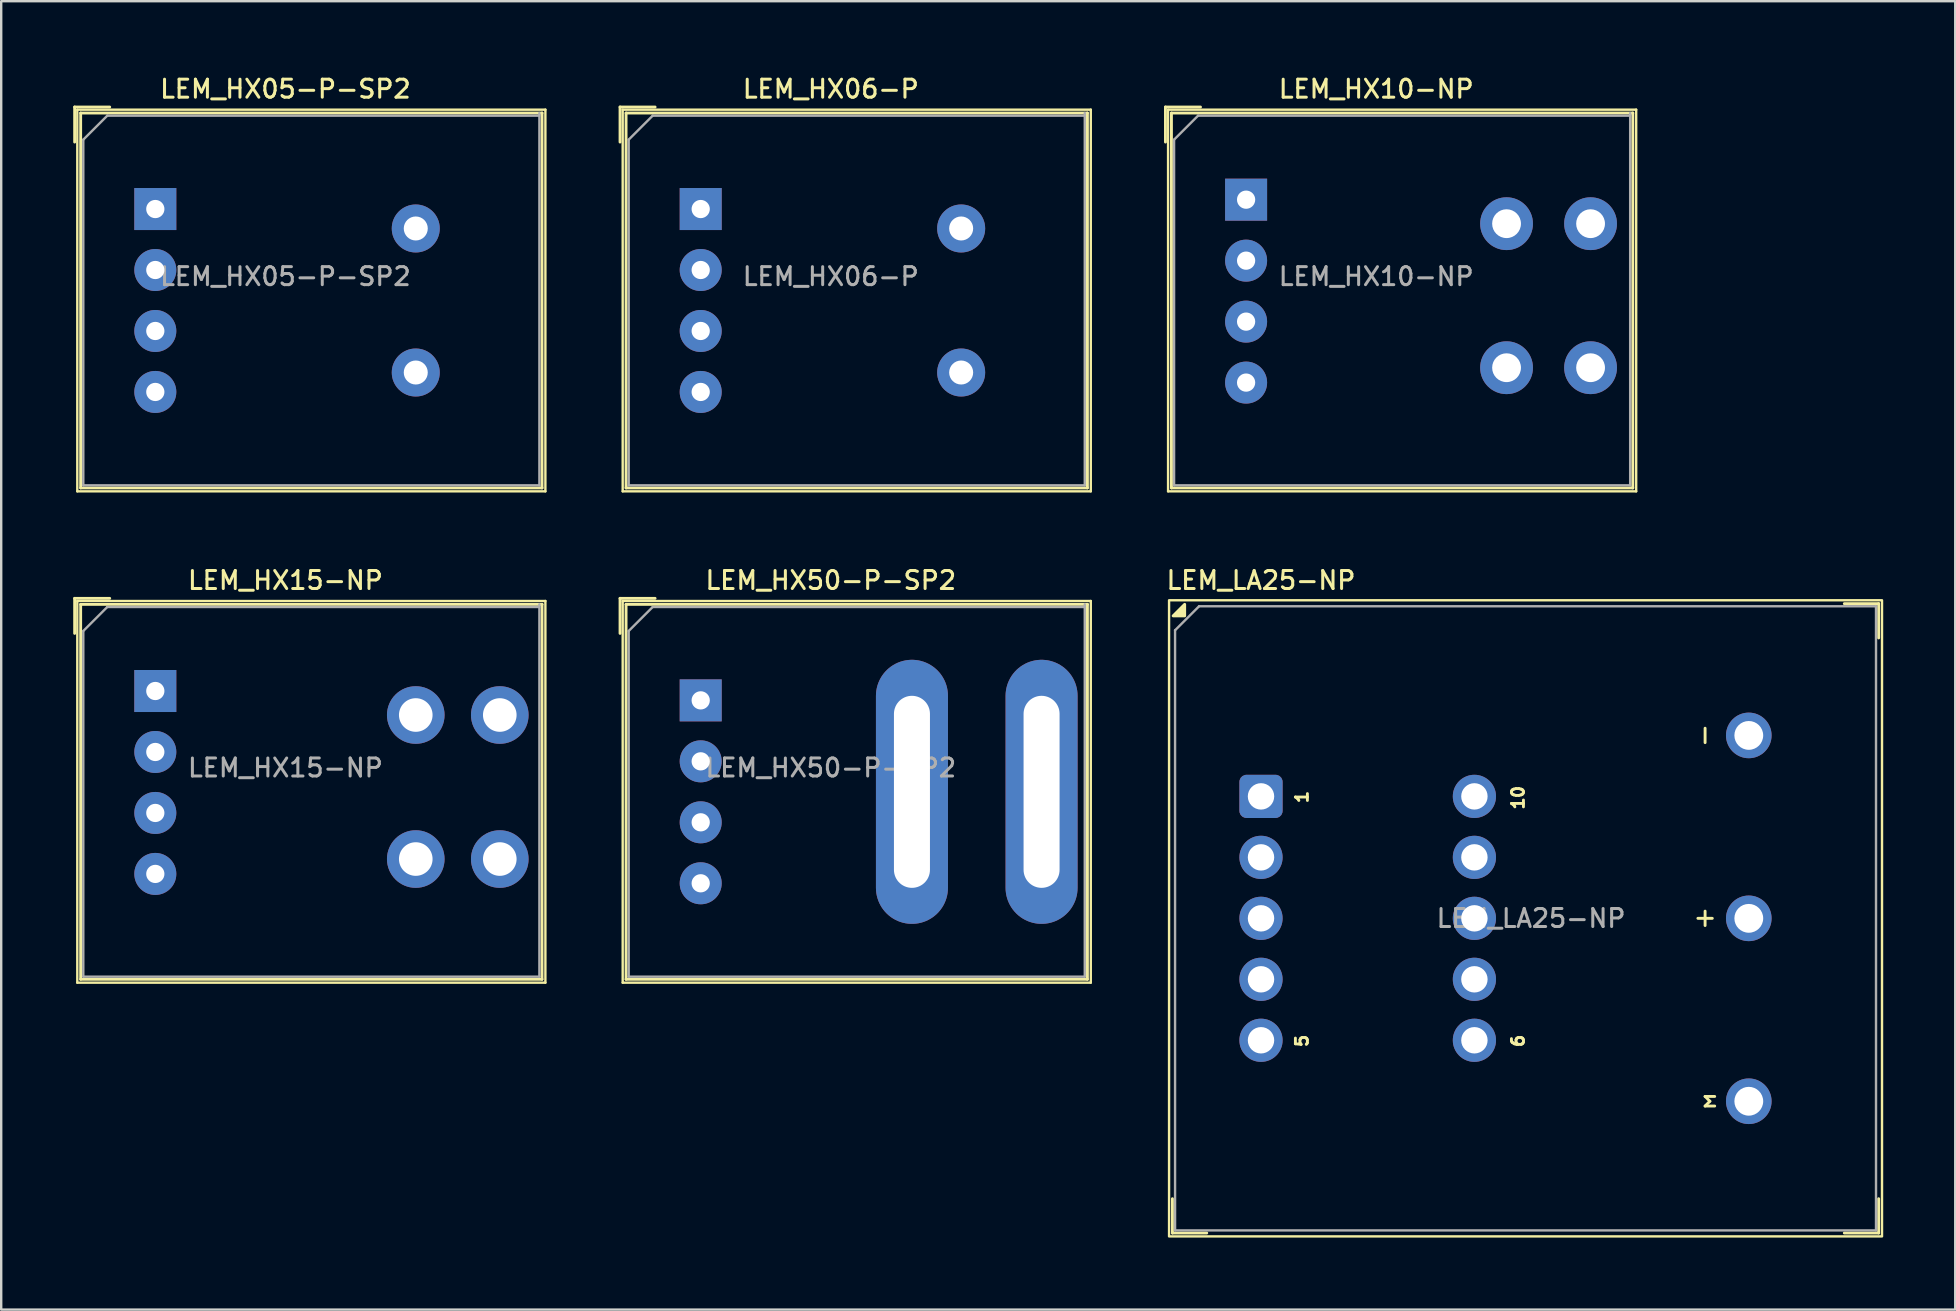
<source format=kicad_pcb>
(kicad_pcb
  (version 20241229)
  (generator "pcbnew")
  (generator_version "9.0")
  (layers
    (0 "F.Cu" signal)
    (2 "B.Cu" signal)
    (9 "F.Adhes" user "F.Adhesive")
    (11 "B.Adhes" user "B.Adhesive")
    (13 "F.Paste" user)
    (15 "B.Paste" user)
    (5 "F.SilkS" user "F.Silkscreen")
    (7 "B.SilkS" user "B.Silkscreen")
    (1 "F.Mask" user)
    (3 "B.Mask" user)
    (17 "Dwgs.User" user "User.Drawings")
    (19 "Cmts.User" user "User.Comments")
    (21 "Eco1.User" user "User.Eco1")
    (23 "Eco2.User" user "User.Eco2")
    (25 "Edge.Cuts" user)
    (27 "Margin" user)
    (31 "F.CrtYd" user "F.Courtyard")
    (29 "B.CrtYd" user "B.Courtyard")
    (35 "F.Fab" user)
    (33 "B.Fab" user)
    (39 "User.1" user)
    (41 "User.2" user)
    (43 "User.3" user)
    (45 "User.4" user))
  (footprint "LEM_HX15-NP"
    (layer "F.Cu")
    (at 3.42 25.736)
    (property "Reference" "LEM_HX15-NP" (at 5.42 -4.61 0) (layer "F.SilkS") (effects (font (size 0.75 0.75) (thickness 0.125))))
    (attr through_hole)
    (fp_line (start -3.36 -2.4) (end -3.36 -3.86) (stroke (width 0.12) (type solid)) (layer "F.SilkS"))
    (fp_line (start -3.25 -3.75) (end -3.25 12.15) (stroke (width 0.1) (type solid)) (layer "F.SilkS"))
    (fp_line (start -3.25 12.15) (end 16.25 12.15) (stroke (width 0.1) (type solid)) (layer "F.SilkS"))
    (fp_line (start -3.11 -3.61) (end -3.11 12.01) (stroke (width 0.12) (type solid)) (layer "F.SilkS"))
    (fp_line (start -3.11 12.01) (end 16.11 12.01) (stroke (width 0.12) (type solid)) (layer "F.SilkS"))
    (fp_line (start -1.9 -3.86) (end -3.36 -3.86) (stroke (width 0.12) (type solid)) (layer "F.SilkS"))
    (fp_line (start 16.11 -3.61) (end -3.11 -3.61) (stroke (width 0.12) (type solid)) (layer "F.SilkS"))
    (fp_line (start 16.11 12.01) (end 16.11 -3.61) (stroke (width 0.12) (type solid)) (layer "F.SilkS"))
    (fp_line (start 16.25 -3.75) (end -3.25 -3.75) (stroke (width 0.1) (type solid)) (layer "F.SilkS"))
    (fp_line (start 16.25 12.15) (end 16.25 -3.75) (stroke (width 0.1) (type solid)) (layer "F.SilkS"))
    (fp_line (start -3 -2.5) (end -3 11.9) (stroke (width 0.1) (type solid)) (layer "F.Fab"))
    (fp_line (start -3 11.9) (end 16 11.9) (stroke (width 0.1) (type solid)) (layer "F.Fab"))
    (fp_line (start -2 -3.5) (end -3 -2.5) (stroke (width 0.1) (type solid)) (layer "F.Fab"))
    (fp_line (start 16 -3.5) (end -2 -3.5) (stroke (width 0.1) (type solid)) (layer "F.Fab"))
    (fp_line (start 16 11.9) (end 16 -3.61) (stroke (width 0.1) (type solid)) (layer "F.Fab"))
    (fp_text user "${REFERENCE}" (at 5.42 3.2 0) (layer "F.Fab") (effects (font (size 0.75 0.75) (thickness 0.125))))
    (pad "1" thru_hole rect (at 0 0) (size 1.75 1.75) (drill 0.76) (layers "*.Cu" "*.Mask"))
    (pad "2" thru_hole circle (at 0 2.54) (size 1.75 1.75) (drill 0.76) (layers "*.Cu" "*.Mask"))
    (pad "3" thru_hole circle (at 0 5.08) (size 1.75 1.75) (drill 0.76) (layers "*.Cu" "*.Mask"))
    (pad "4" thru_hole circle (at 0 7.62) (size 1.75 1.75) (drill 0.76) (layers "*.Cu" "*.Mask"))
    (pad "5" thru_hole circle (at 10.85 1) (size 2.4 2.4) (drill 1.4) (layers "*.Cu" "*.Mask"))
    (pad "6" thru_hole circle (at 10.85 7) (size 2.4 2.4) (drill 1.4) (layers "*.Cu" "*.Mask"))
    (pad "7" thru_hole circle (at 14.35 1) (size 2.4 2.4) (drill 1.4) (layers "*.Cu" "*.Mask"))
    (pad "8" thru_hole circle (at 14.35 7) (size 2.4 2.4) (drill 1.4) (layers "*.Cu" "*.Mask")))
  (footprint "LEM_HX10-NP"
    (layer "F.Cu")
    (at 48.86 5.268)
    (property "Reference" "LEM_HX10-NP" (at 5.42 -4.61 0) (layer "F.SilkS") (effects (font (size 0.75 0.75) (thickness 0.125))))
    (attr through_hole)
    (fp_line (start -3.36 -2.4) (end -3.36 -3.86) (stroke (width 0.12) (type solid)) (layer "F.SilkS"))
    (fp_line (start -3.25 -3.75) (end -3.25 12.15) (stroke (width 0.1) (type solid)) (layer "F.SilkS"))
    (fp_line (start -3.25 12.15) (end 16.25 12.15) (stroke (width 0.1) (type solid)) (layer "F.SilkS"))
    (fp_line (start -3.11 -3.61) (end -3.11 12.01) (stroke (width 0.12) (type solid)) (layer "F.SilkS"))
    (fp_line (start -3.11 12.01) (end 16.11 12.01) (stroke (width 0.12) (type solid)) (layer "F.SilkS"))
    (fp_line (start -1.9 -3.86) (end -3.36 -3.86) (stroke (width 0.12) (type solid)) (layer "F.SilkS"))
    (fp_line (start 16.11 -3.61) (end -3.11 -3.61) (stroke (width 0.12) (type solid)) (layer "F.SilkS"))
    (fp_line (start 16.11 12.01) (end 16.11 -3.61) (stroke (width 0.12) (type solid)) (layer "F.SilkS"))
    (fp_line (start 16.25 -3.75) (end -3.25 -3.75) (stroke (width 0.1) (type solid)) (layer "F.SilkS"))
    (fp_line (start 16.25 12.15) (end 16.25 -3.75) (stroke (width 0.1) (type solid)) (layer "F.SilkS"))
    (fp_line (start -3 -2.5) (end -3 11.9) (stroke (width 0.1) (type solid)) (layer "F.Fab"))
    (fp_line (start -3 11.9) (end 16 11.9) (stroke (width 0.1) (type solid)) (layer "F.Fab"))
    (fp_line (start -2 -3.5) (end -3 -2.5) (stroke (width 0.1) (type solid)) (layer "F.Fab"))
    (fp_line (start 16 -3.5) (end -2 -3.5) (stroke (width 0.1) (type solid)) (layer "F.Fab"))
    (fp_line (start 16 11.9) (end 16 -3.61) (stroke (width 0.1) (type solid)) (layer "F.Fab"))
    (fp_text user "${REFERENCE}" (at 5.42 3.2 0) (layer "F.Fab") (effects (font (size 0.75 0.75) (thickness 0.125))))
    (pad "1" thru_hole rect (at 0 0) (size 1.75 1.75) (drill 0.76) (layers "*.Cu" "*.Mask"))
    (pad "2" thru_hole circle (at 0 2.54) (size 1.75 1.75) (drill 0.76) (layers "*.Cu" "*.Mask"))
    (pad "3" thru_hole circle (at 0 5.08) (size 1.75 1.75) (drill 0.76) (layers "*.Cu" "*.Mask"))
    (pad "4" thru_hole circle (at 0 7.62) (size 1.75 1.75) (drill 0.76) (layers "*.Cu" "*.Mask"))
    (pad "5" thru_hole circle (at 10.85 1) (size 2.2 2.2) (drill 1.2) (layers "*.Cu" "*.Mask"))
    (pad "6" thru_hole circle (at 10.85 7) (size 2.2 2.2) (drill 1.2) (layers "*.Cu" "*.Mask"))
    (pad "7" thru_hole circle (at 14.35 1) (size 2.2 2.2) (drill 1.2) (layers "*.Cu" "*.Mask"))
    (pad "8" thru_hole circle (at 14.35 7) (size 2.2 2.2) (drill 1.2) (layers "*.Cu" "*.Mask")))
  (footprint "LEM_HX50-P-SP2"
    (layer "F.Cu")
    (at 26.14 26.126)
    (property "Reference" "LEM_HX50-P-SP2" (at 5.42 -5 0) (layer "F.SilkS") (effects (font (size 0.75 0.75) (thickness 0.125))))
    (attr through_hole)
    (fp_line (start -3.36 -2.79) (end -3.36 -4.25) (stroke (width 0.12) (type solid)) (layer "F.SilkS"))
    (fp_line (start -3.25 -4.14) (end -3.25 11.76) (stroke (width 0.1) (type solid)) (layer "F.SilkS"))
    (fp_line (start -3.25 11.76) (end 16.25 11.76) (stroke (width 0.1) (type solid)) (layer "F.SilkS"))
    (fp_line (start -3.11 -4) (end -3.11 11.62) (stroke (width 0.12) (type solid)) (layer "F.SilkS"))
    (fp_line (start -3.11 11.62) (end 16.11 11.62) (stroke (width 0.12) (type solid)) (layer "F.SilkS"))
    (fp_line (start -1.9 -4.25) (end -3.36 -4.25) (stroke (width 0.12) (type solid)) (layer "F.SilkS"))
    (fp_line (start 16.11 -4) (end -3.11 -4) (stroke (width 0.12) (type solid)) (layer "F.SilkS"))
    (fp_line (start 16.11 11.62) (end 16.11 -4) (stroke (width 0.12) (type solid)) (layer "F.SilkS"))
    (fp_line (start 16.25 -4.14) (end -3.25 -4.14) (stroke (width 0.1) (type solid)) (layer "F.SilkS"))
    (fp_line (start 16.25 11.76) (end 16.25 -4.14) (stroke (width 0.1) (type solid)) (layer "F.SilkS"))
    (fp_line (start -3 -2.89) (end -3 11.51) (stroke (width 0.1) (type solid)) (layer "F.Fab"))
    (fp_line (start -3 11.51) (end 16 11.51) (stroke (width 0.1) (type solid)) (layer "F.Fab"))
    (fp_line (start -2 -3.89) (end -3 -2.89) (stroke (width 0.1) (type solid)) (layer "F.Fab"))
    (fp_line (start 16 -3.89) (end -2 -3.89) (stroke (width 0.1) (type solid)) (layer "F.Fab"))
    (fp_line (start 16 11.51) (end 16 -4) (stroke (width 0.1) (type solid)) (layer "F.Fab"))
    (fp_text user "${REFERENCE}" (at 5.42 2.81 0) (layer "F.Fab") (effects (font (size 0.75 0.75) (thickness 0.125))))
    (pad "1" thru_hole rect (at 0 0) (size 1.75 1.75) (drill 0.76) (layers "*.Cu" "*.Mask"))
    (pad "2" thru_hole circle (at 0 2.54) (size 1.75 1.75) (drill 0.76) (layers "*.Cu" "*.Mask"))
    (pad "3" thru_hole circle (at 0 5.08) (size 1.75 1.75) (drill 0.76) (layers "*.Cu" "*.Mask"))
    (pad "4" thru_hole circle (at 0 7.62) (size 1.75 1.75) (drill 0.76) (layers "*.Cu" "*.Mask"))
    (pad "5" thru_hole oval (at 14.2 3.81) (size 3 11) (drill oval 1.5 8) (layers "*.Cu" "*.Mask"))
    (pad "6" thru_hole oval (at 8.8 3.81) (size 3 11) (drill oval 1.5 8) (layers "*.Cu" "*.Mask")))
  (footprint "LEM_LA25-NP"
    (layer "F.Cu")
    (at 49.481 30.126)
    (property "Reference" "LEM_LA25-NP" (at 0 -9 0) (unlocked yes) (layer "F.SilkS") (effects (font (size 0.75 0.75) (thickness 0.125))))
    (attr through_hole)
    (fp_line (start -3.69 18.19) (end -3.69 16.76) (stroke (width 0.12) (type default)) (layer "F.SilkS"))
    (fp_line (start -3.69 18.19) (end -2.26 18.19) (stroke (width 0.12) (type default)) (layer "F.SilkS"))
    (fp_line (start 18.5 -2.84) (end 18.5 -2.24) (stroke (width 0.12) (type default)) (layer "F.SilkS"))
    (fp_line (start 18.5 4.78) (end 18.5 5.38) (stroke (width 0.12) (type default)) (layer "F.SilkS"))
    (fp_line (start 18.5 12.5) (end 18.7 12.7) (stroke (width 0.12) (type default)) (layer "F.SilkS"))
    (fp_line (start 18.5 12.9) (end 18.9 12.9) (stroke (width 0.12) (type default)) (layer "F.SilkS"))
    (fp_line (start 18.7 12.7) (end 18.5 12.9) (stroke (width 0.12) (type default)) (layer "F.SilkS"))
    (fp_line (start 18.8 5.08) (end 18.2 5.08) (stroke (width 0.12) (type default)) (layer "F.SilkS"))
    (fp_line (start 18.9 12.5) (end 18.5 12.5) (stroke (width 0.12) (type default)) (layer "F.SilkS"))
    (fp_line (start 25.73 -8.03) (end 24.3 -8.03) (stroke (width 0.12) (type default)) (layer "F.SilkS"))
    (fp_line (start 25.73 -8.03) (end 25.73 -6.6) (stroke (width 0.12) (type default)) (layer "F.SilkS"))
    (fp_line (start 25.73 18.19) (end 24.3 18.19) (stroke (width 0.12) (type default)) (layer "F.SilkS"))
    (fp_line (start 25.73 18.19) (end 25.73 16.76) (stroke (width 0.12) (type default)) (layer "F.SilkS"))
    (fp_rect (start -3.83 -8.17) (end 25.87 18.33) (stroke (width 0.1) (type default)) (fill no) (layer "F.SilkS"))
    (fp_poly (pts (xy -3.18 -7.52) (xy -3.18 -8) (xy -3.66 -7.52) (xy -3.18 -7.52)) (stroke (width 0.12) (type solid)) (fill yes) (layer "F.SilkS"))
    (fp_line (start -3.58 -6.92) (end -3.58 18.08) (stroke (width 0.1) (type default)) (layer "F.Fab"))
    (fp_line (start -3.58 -6.92) (end -2.58 -7.92) (stroke (width 0.1) (type default)) (layer "F.Fab"))
    (fp_line (start -3.58 18.08) (end 25.62 18.08) (stroke (width 0.1) (type default)) (layer "F.Fab"))
    (fp_line (start 25.62 -7.92) (end -2.58 -7.92) (stroke (width 0.1) (type default)) (layer "F.Fab"))
    (fp_line (start 25.62 18.08) (end 25.62 -7.92) (stroke (width 0.1) (type default)) (layer "F.Fab"))
    (fp_text user "6" (at 11 9.87 90) (layer "F.SilkS") (effects (font (size 0.5 0.5) (thickness 0.12) (bold yes)) (justify right bottom)))
    (fp_text user "10" (at 11 -0.5 90) (layer "F.SilkS") (effects (font (size 0.5 0.5) (thickness 0.12) (bold yes)) (justify right bottom)))
    (fp_text user "1" (at 2 -0.29 90) (layer "F.SilkS") (effects (font (size 0.5 0.5) (thickness 0.12)) (justify right bottom)))
    (fp_text user "5" (at 2 9.87 90) (layer "F.SilkS") (effects (font (size 0.5 0.5) (thickness 0.12) (bold yes)) (justify right bottom)))
    (fp_text user "${REFERENCE}" (at 11.25 5.08 0) (unlocked yes) (layer "F.Fab") (effects (font (size 0.75 0.75) (thickness 0.125))))
    (pad "1" thru_hole roundrect (at 0 0 90) (size 1.8 1.8) (drill 1.1) (layers "*.Cu" "*.Mask") (roundrect_rratio 0.164))
    (pad "2" thru_hole circle (at 0 2.54 90) (size 1.8 1.8) (drill 1.1) (layers "*.Cu" "*.Mask"))
    (pad "3" thru_hole circle (at 0 5.08 90) (size 1.8 1.8) (drill 1.1) (layers "*.Cu" "*.Mask"))
    (pad "4" thru_hole circle (at 0 7.62 90) (size 1.8 1.8) (drill 1.1) (layers "*.Cu" "*.Mask"))
    (pad "5" thru_hole circle (at 0 10.16 90) (size 1.8 1.8) (drill 1.1) (layers "*.Cu" "*.Mask"))
    (pad "6" thru_hole circle (at 8.89 10.16 90) (size 1.8 1.8) (drill 1.1) (layers "*.Cu" "*.Mask"))
    (pad "7" thru_hole circle (at 8.89 7.62 90) (size 1.8 1.8) (drill 1.1) (layers "*.Cu" "*.Mask"))
    (pad "8" thru_hole circle (at 8.89 5.08 90) (size 1.8 1.8) (drill 1.1) (layers "*.Cu" "*.Mask"))
    (pad "9" thru_hole circle (at 8.89 2.54 90) (size 1.8 1.8) (drill 1.1) (layers "*.Cu" "*.Mask"))
    (pad "10" thru_hole circle (at 8.89 0 90) (size 1.8 1.8) (drill 1.1) (layers "*.Cu" "*.Mask"))
    (pad "11" thru_hole circle (at 20.32 -2.54 90) (size 1.9 1.9) (drill 1.2) (layers "*.Cu" "*.Mask"))
    (pad "12" thru_hole circle (at 20.32 5.08 90) (size 1.9 1.9) (drill 1.2) (layers "*.Cu" "*.Mask"))
    (pad "13" thru_hole circle (at 20.32 12.7 90) (size 1.9 1.9) (drill 1.2) (layers "*.Cu" "*.Mask")))
  (footprint "LEM_HX06-P"
    (layer "F.Cu")
    (at 26.14 5.658)
    (property "Reference" "LEM_HX06-P" (at 5.42 -5 0) (layer "F.SilkS") (effects (font (size 0.75 0.75) (thickness 0.125))))
    (attr through_hole)
    (fp_line (start -3.36 -2.79) (end -3.36 -4.25) (stroke (width 0.12) (type solid)) (layer "F.SilkS"))
    (fp_line (start -3.25 -4.14) (end -3.25 11.76) (stroke (width 0.1) (type solid)) (layer "F.SilkS"))
    (fp_line (start -3.25 11.76) (end 16.25 11.76) (stroke (width 0.1) (type solid)) (layer "F.SilkS"))
    (fp_line (start -3.11 -4) (end -3.11 11.62) (stroke (width 0.12) (type solid)) (layer "F.SilkS"))
    (fp_line (start -3.11 11.62) (end 16.11 11.62) (stroke (width 0.12) (type solid)) (layer "F.SilkS"))
    (fp_line (start -1.9 -4.25) (end -3.36 -4.25) (stroke (width 0.12) (type solid)) (layer "F.SilkS"))
    (fp_line (start 16.11 -4) (end -3.11 -4) (stroke (width 0.12) (type solid)) (layer "F.SilkS"))
    (fp_line (start 16.11 11.62) (end 16.11 -4) (stroke (width 0.12) (type solid)) (layer "F.SilkS"))
    (fp_line (start 16.25 -4.14) (end -3.25 -4.14) (stroke (width 0.1) (type solid)) (layer "F.SilkS"))
    (fp_line (start 16.25 11.76) (end 16.25 -4.14) (stroke (width 0.1) (type solid)) (layer "F.SilkS"))
    (fp_line (start -3 -2.89) (end -3 11.51) (stroke (width 0.1) (type solid)) (layer "F.Fab"))
    (fp_line (start -3 11.51) (end 16 11.51) (stroke (width 0.1) (type solid)) (layer "F.Fab"))
    (fp_line (start -2 -3.89) (end -3 -2.89) (stroke (width 0.1) (type solid)) (layer "F.Fab"))
    (fp_line (start 16 -3.89) (end -2 -3.89) (stroke (width 0.1) (type solid)) (layer "F.Fab"))
    (fp_line (start 16 11.51) (end 16 -4) (stroke (width 0.1) (type solid)) (layer "F.Fab"))
    (fp_text user "${REFERENCE}" (at 5.42 2.81 0) (layer "F.Fab") (effects (font (size 0.75 0.75) (thickness 0.125))))
    (pad "1" thru_hole rect (at 0 0) (size 1.75 1.75) (drill 0.76) (layers "*.Cu" "*.Mask"))
    (pad "2" thru_hole circle (at 0 2.54) (size 1.75 1.75) (drill 0.76) (layers "*.Cu" "*.Mask"))
    (pad "3" thru_hole circle (at 0 5.08) (size 1.75 1.75) (drill 0.76) (layers "*.Cu" "*.Mask"))
    (pad "4" thru_hole circle (at 0 7.62) (size 1.75 1.75) (drill 0.76) (layers "*.Cu" "*.Mask"))
    (pad "5" thru_hole circle (at 10.85 0.81) (size 2 2) (drill 1) (layers "*.Cu" "*.Mask"))
    (pad "6" thru_hole circle (at 10.85 6.81) (size 2 2) (drill 1) (layers "*.Cu" "*.Mask")))
  (footprint "LEM_HX05-P-SP2"
    (layer "F.Cu")
    (at 3.42 5.658)
    (property "Reference" "LEM_HX05-P-SP2" (at 5.42 -5 0) (layer "F.SilkS") (effects (font (size 0.75 0.75) (thickness 0.125))))
    (attr through_hole)
    (fp_line (start -3.36 -2.79) (end -3.36 -4.25) (stroke (width 0.12) (type solid)) (layer "F.SilkS"))
    (fp_line (start -3.25 -4.14) (end -3.25 11.76) (stroke (width 0.1) (type solid)) (layer "F.SilkS"))
    (fp_line (start -3.25 11.76) (end 16.25 11.76) (stroke (width 0.1) (type solid)) (layer "F.SilkS"))
    (fp_line (start -3.11 -4) (end -3.11 11.62) (stroke (width 0.12) (type solid)) (layer "F.SilkS"))
    (fp_line (start -3.11 11.62) (end 16.11 11.62) (stroke (width 0.12) (type solid)) (layer "F.SilkS"))
    (fp_line (start -1.9 -4.25) (end -3.36 -4.25) (stroke (width 0.12) (type solid)) (layer "F.SilkS"))
    (fp_line (start 16.11 -4) (end -3.11 -4) (stroke (width 0.12) (type solid)) (layer "F.SilkS"))
    (fp_line (start 16.11 11.62) (end 16.11 -4) (stroke (width 0.12) (type solid)) (layer "F.SilkS"))
    (fp_line (start 16.25 -4.14) (end -3.25 -4.14) (stroke (width 0.1) (type solid)) (layer "F.SilkS"))
    (fp_line (start 16.25 11.76) (end 16.25 -4.14) (stroke (width 0.1) (type solid)) (layer "F.SilkS"))
    (fp_line (start -3 -2.89) (end -3 11.51) (stroke (width 0.1) (type solid)) (layer "F.Fab"))
    (fp_line (start -3 11.51) (end 16 11.51) (stroke (width 0.1) (type solid)) (layer "F.Fab"))
    (fp_line (start -2 -3.89) (end -3 -2.89) (stroke (width 0.1) (type solid)) (layer "F.Fab"))
    (fp_line (start 16 -3.89) (end -2 -3.89) (stroke (width 0.1) (type solid)) (layer "F.Fab"))
    (fp_line (start 16 11.51) (end 16 -4) (stroke (width 0.1) (type solid)) (layer "F.Fab"))
    (fp_text user "${REFERENCE}" (at 5.42 2.81 0) (layer "F.Fab") (effects (font (size 0.75 0.75) (thickness 0.125))))
    (pad "1" thru_hole rect (at 0 0) (size 1.75 1.75) (drill 0.76) (layers "*.Cu" "*.Mask"))
    (pad "2" thru_hole circle (at 0 2.54) (size 1.75 1.75) (drill 0.76) (layers "*.Cu" "*.Mask"))
    (pad "3" thru_hole circle (at 0 5.08) (size 1.75 1.75) (drill 0.76) (layers "*.Cu" "*.Mask"))
    (pad "4" thru_hole circle (at 0 7.62) (size 1.75 1.75) (drill 0.76) (layers "*.Cu" "*.Mask"))
    (pad "5" thru_hole circle (at 10.85 0.81) (size 2 2) (drill 1) (layers "*.Cu" "*.Mask"))
    (pad "6" thru_hole circle (at 10.85 6.81) (size 2 2) (drill 1) (layers "*.Cu" "*.Mask")))
  (gr_rect
    (start -3 -3)
    (end 78.401 51.506)
    (stroke (width 0.1) (type default))
    (fill no)
    (layer "Edge.Cuts")))
</source>
